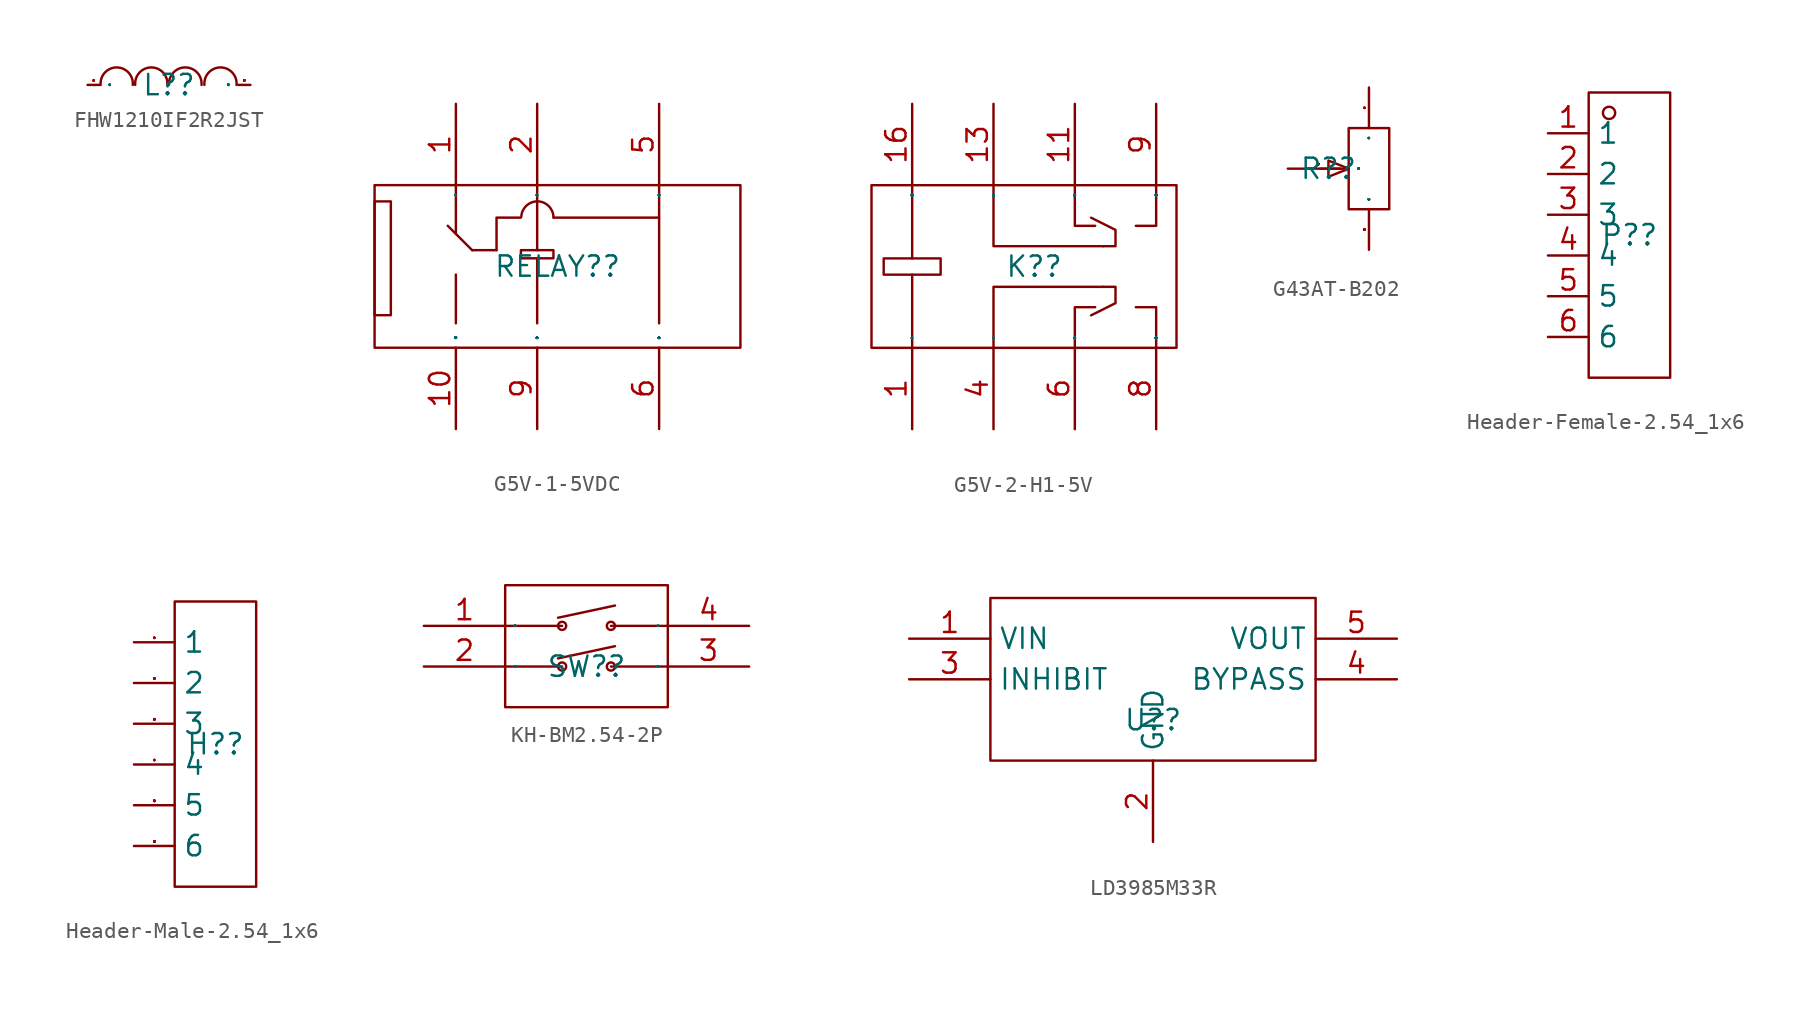
<source format=kicad_sym>
(kicad_symbol_lib
  (version 20231120)
  (generator "kicad_symbol_editor")
  (generator_version "8.0")
  (symbol "FHW1210IF2R2JST"
    (property "Reference" "L?"
      (at 0 0 0)
      (effects (font (size 1.27 1.27))))
    (property "Value" ""
      (at 0 0 0)
      (effects (font (size 1.27 1.27))))
    (symbol "FHW1210IF2R2JST_1_0"
      (arc (start -2.2606 0) (mid -3.2639 1.0922) (end -4.2672 0) (stroke (width 0) (type default)) (fill (type none)))
      (arc (start -0.1016 0) (mid -1.1049 1.0922) (end -2.1082 0) (stroke (width 0) (type default)) (fill (type none)))
      (arc (start 2.032 0) (mid 1.016 1.0922) (end 0 0) (stroke (width 0) (type default)) (fill (type none)))
      (arc (start 4.2164 0) (mid 3.213 1.0923) (end 2.2098 0) (stroke (width 0) (type default)) (fill (type none)))
      (pin input line (at -5.08 0 0) (length 0.762) (name "1" (effects (font (size 0.025 0.025)))) (number "1" (effects (font (size 0.025 0.025)))))
      (pin input line (at 5.08 0 180) (length 0.762) (name "2" (effects (font (size 0.025 0.025)))) (number "2" (effects (font (size 0.025 0.025)))))))
  (symbol "G5V-1-5VDC"
    (property "Reference" "RELAY?"
      (at 0 0 0)
      (effects (font (size 1.27 1.27))))
    (property "Value" ""
      (at 0 0 0)
      (effects (font (size 1.27 1.27))))
    (symbol "G5V-1-5VDC_1_0"
      (rectangle (start -11.43 -5.08) (end 11.43 5.08) (stroke (width 0) (type default)) (fill (type none)))
      (rectangle (start -11.43 -3.048) (end -10.414 4.064) (stroke (width 0) (type default)) (fill (type none)))
      (arc (start -0.254 3.0734) (mid -1.2328 4.0644) (end -2.2606 3.1242) (stroke (width 0) (type default)) (fill (type none)))
      (polyline (pts (xy -6.858 2.54) (xy -5.334 1.016)) (stroke (width 0) (type default)) (fill (type none)))
      (polyline (pts (xy -6.35 -3.556) (xy -6.35 -0.508)) (stroke (width 0) (type default)) (fill (type none)))
      (polyline (pts (xy -6.35 5.08) (xy -6.35 2.032)) (stroke (width 0) (type default)) (fill (type none)))
      (polyline (pts (xy -3.81 1.016) (xy -5.334 1.016)) (stroke (width 0) (type default)) (fill (type none)))
      (polyline (pts (xy -0.254 3.048) (xy 6.35 3.048)) (stroke (width 0) (type default)) (fill (type none)))
      (polyline (pts (xy 6.35 5.08) (xy 6.35 -3.556)) (stroke (width 0) (type default)) (fill (type none)))
      (polyline (pts (xy -2.286 3.048) (xy -3.81 3.048) (xy -3.81 3.048) (xy -3.81 1.016)) (stroke (width 0) (type default)) (fill (type none)))
      (polyline (pts (xy -1.27 1.016) (xy -0.254 1.016) (xy -0.254 1.016) (xy -0.254 0.508) (xy -0.254 0.508) (xy -1.27 0.508) (xy -1.27 0.508) (xy -1.27 -3.556)) (stroke (width 0) (type default)) (fill (type none)))
      (polyline (pts (xy -1.27 5.08) (xy -1.27 1.016) (xy -1.27 1.016) (xy -2.286 1.016) (xy -2.286 1.016) (xy -2.286 0.508) (xy -2.286 0.508) (xy -1.27 0.508)) (stroke (width 0) (type default)) (fill (type none)))
      (pin input line (at -6.35 10.16 270) (length 5.08) (name "1" (effects (font (size 0.025 0.025)))) (number "1" (effects (font (size 1.27 1.27)))))
      (pin input line (at -6.35 -10.16 90) (length 5.08) (name "10" (effects (font (size 0.025 0.025)))) (number "10" (effects (font (size 1.27 1.27)))))
      (pin input line (at -1.27 10.16 270) (length 5.08) (name "2" (effects (font (size 0.025 0.025)))) (number "2" (effects (font (size 1.27 1.27)))))
      (pin input line (at 6.35 10.16 270) (length 5.08) (name "5" (effects (font (size 0.025 0.025)))) (number "5" (effects (font (size 1.27 1.27)))))
      (pin input line (at 6.35 -10.16 90) (length 5.08) (name "6" (effects (font (size 0.025 0.025)))) (number "6" (effects (font (size 1.27 1.27)))))
      (pin input line (at -1.27 -10.16 90) (length 5.08) (name "9" (effects (font (size 0.025 0.025)))) (number "9" (effects (font (size 1.27 1.27)))))))
  (symbol "G5V-2-H1-5V"
    (property "Reference" "K?"
      (at 0 0 0)
      (effects (font (size 1.27 1.27))))
    (property "Value" ""
      (at 0 0 0)
      (effects (font (size 1.27 1.27))))
    (symbol "G5V-2-H1-5V_1_0"
      (rectangle (start -10.16 -5.08) (end 8.89 5.08) (stroke (width 0) (type default)) (fill (type none)))
      (polyline (pts (xy -7.62 -5.08) (xy -7.62 -0.508)) (stroke (width 0) (type default)) (fill (type none)))
      (polyline (pts (xy -7.62 0.508) (xy -7.62 5.08)) (stroke (width 0) (type default)) (fill (type none)))
      (polyline (pts (xy 2.54 -5.08) (xy 2.54 -2.54) (xy 2.54 -2.54) (xy 3.81 -2.54)) (stroke (width 0) (type default)) (fill (type none)))
      (polyline (pts (xy 2.54 5.08) (xy 2.54 2.54) (xy 2.54 2.54) (xy 3.81 2.54)) (stroke (width 0) (type default)) (fill (type none)))
      (polyline (pts (xy 4.318 -1.27) (xy -2.54 -1.27) (xy -2.54 -1.27) (xy -2.54 -5.08)) (stroke (width 0) (type default)) (fill (type none)))
      (polyline (pts (xy 4.318 1.27) (xy -2.54 1.27) (xy -2.54 1.27) (xy -2.54 5.08)) (stroke (width 0) (type default)) (fill (type none)))
      (polyline (pts (xy 7.62 -5.08) (xy 7.62 -2.54) (xy 7.62 -2.54) (xy 6.35 -2.54)) (stroke (width 0) (type default)) (fill (type none)))
      (polyline (pts (xy 7.62 5.08) (xy 7.62 2.54) (xy 7.62 2.54) (xy 6.35 2.54)) (stroke (width 0) (type default)) (fill (type none)))
      (polyline (pts (xy 4.318 -1.27) (xy 5.08 -1.27) (xy 5.08 -1.27) (xy 5.08 -2.286) (xy 5.08 -2.286) (xy 3.556 -3.048)) (stroke (width 0) (type default)) (fill (type none)))
      (polyline (pts (xy 4.318 1.27) (xy 5.08 1.27) (xy 5.08 1.27) (xy 5.08 2.286) (xy 5.08 2.286) (xy 3.556 3.048)) (stroke (width 0) (type default)) (fill (type none)))
      (polyline (pts (xy -9.398 -0.508) (xy -5.842 -0.508) (xy -5.842 -0.508) (xy -5.842 0.508) (xy -5.842 0.508) (xy -9.398 0.508) (xy -9.398 0.508) (xy -9.398 -0.508)) (stroke (width 0) (type default)) (fill (type none)))
      (pin input line (at -7.62 -10.16 90) (length 5.08) (name "1" (effects (font (size 0.025 0.025)))) (number "1" (effects (font (size 1.27 1.27)))))
      (pin input line (at 2.54 10.16 270) (length 5.08) (name "11" (effects (font (size 0.025 0.025)))) (number "11" (effects (font (size 1.27 1.27)))))
      (pin input line (at -2.54 10.16 270) (length 5.08) (name "13" (effects (font (size 0.025 0.025)))) (number "13" (effects (font (size 1.27 1.27)))))
      (pin input line (at -7.62 10.16 270) (length 5.08) (name "16" (effects (font (size 0.025 0.025)))) (number "16" (effects (font (size 1.27 1.27)))))
      (pin input line (at -2.54 -10.16 90) (length 5.08) (name "4" (effects (font (size 0.025 0.025)))) (number "4" (effects (font (size 1.27 1.27)))))
      (pin input line (at 2.54 -10.16 90) (length 5.08) (name "6" (effects (font (size 0.025 0.025)))) (number "6" (effects (font (size 1.27 1.27)))))
      (pin input line (at 7.62 -10.16 90) (length 5.08) (name "8" (effects (font (size 0.025 0.025)))) (number "8" (effects (font (size 1.27 1.27)))))
      (pin input line (at 7.62 10.16 270) (length 5.08) (name "9" (effects (font (size 0.025 0.025)))) (number "9" (effects (font (size 1.27 1.27)))))))
  (symbol "G43AT-B202"
    (property "Reference" "R?"
      (at 0 0 0)
      (effects (font (size 1.27 1.27))))
    (property "Value" ""
      (at 0 0 0)
      (effects (font (size 1.27 1.27))))
    (symbol "G43AT-B202_1_0"
      (polyline (pts (xy 0.762 0) (xy -0.508 0)) (stroke (width 0) (type default)) (fill (type none)))
      (polyline (pts (xy 1.27 0) (xy 0 -0.508) (xy 0 -0.508) (xy 0 0.508) (xy 0 0.508) (xy 1.27 0)) (stroke (width 0) (type default)) (fill (type none)))
      (polyline (pts (xy 1.27 -2.54) (xy 1.27 2.54) (xy 1.27 2.54) (xy 3.81 2.54) (xy 3.81 2.54) (xy 3.81 -2.54) (xy 3.81 -2.54) (xy 1.27 -2.54)) (stroke (width 0) (type default)) (fill (type none)))
      (pin input line (at 2.54 5.08 270) (length 2.54) (name "1" (effects (font (size 0.025 0.025)))) (number "1" (effects (font (size 0.025 0.025)))))
      (pin input line (at -2.54 0 0) (length 3.81) (name "2" (effects (font (size 0.025 0.025)))) (number "2" (effects (font (size 0.025 0.025)))))
      (pin input line (at 2.54 -5.08 90) (length 2.54) (name "3" (effects (font (size 0.025 0.025)))) (number "3" (effects (font (size 0.025 0.025)))))))
  (symbol "Header-Female-2.54_1x6"
    (property "Reference" "P?"
      (at 0 0 0)
      (effects (font (size 1.27 1.27))))
    (property "Value" ""
      (at 0 0 0)
      (effects (font (size 1.27 1.27))))
    (symbol "Header-Female-2.54_1x6_1_0"
      (rectangle (start -2.54 -8.89) (end 2.54 8.89) (stroke (width 0) (type default)) (fill (type none)))
      (circle (center -1.27 7.62) (radius 0.381) (stroke (width 0) (type default)) (fill (type none)))
      (pin input line (at -5.08 6.35 0) (length 2.54) (name "1" (effects (font (size 1.27 1.27)))) (number "1" (effects (font (size 1.27 1.27)))))
      (pin input line (at -5.08 3.81 0) (length 2.54) (name "2" (effects (font (size 1.27 1.27)))) (number "2" (effects (font (size 1.27 1.27)))))
      (pin input line (at -5.08 1.27 0) (length 2.54) (name "3" (effects (font (size 1.27 1.27)))) (number "3" (effects (font (size 1.27 1.27)))))
      (pin input line (at -5.08 -1.27 0) (length 2.54) (name "4" (effects (font (size 1.27 1.27)))) (number "4" (effects (font (size 1.27 1.27)))))
      (pin input line (at -5.08 -3.81 0) (length 2.54) (name "5" (effects (font (size 1.27 1.27)))) (number "5" (effects (font (size 1.27 1.27)))))
      (pin input line (at -5.08 -6.35 0) (length 2.54) (name "6" (effects (font (size 1.27 1.27)))) (number "6" (effects (font (size 1.27 1.27)))))))
  (symbol "Header-Male-2.54_1x6"
    (property "Reference" "H?"
      (at 0 0 0)
      (effects (font (size 1.27 1.27))))
    (property "Value" ""
      (at 0 0 0)
      (effects (font (size 1.27 1.27))))
    (symbol "Header-Male-2.54_1x6_1_0"
      (rectangle (start -2.54 -8.89) (end 2.54 8.89) (stroke (width 0) (type default)) (fill (type none)))
      (pin input line (at -5.08 6.35 0) (length 2.54) (name "1" (effects (font (size 1.27 1.27)))) (number "1" (effects (font (size 0.025 0.025)))))
      (pin input line (at -5.08 3.81 0) (length 2.54) (name "2" (effects (font (size 1.27 1.27)))) (number "2" (effects (font (size 0.025 0.025)))))
      (pin input line (at -5.08 1.27 0) (length 2.54) (name "3" (effects (font (size 1.27 1.27)))) (number "3" (effects (font (size 0.025 0.025)))))
      (pin input line (at -5.08 -1.27 0) (length 2.54) (name "4" (effects (font (size 1.27 1.27)))) (number "4" (effects (font (size 0.025 0.025)))))
      (pin input line (at -5.08 -3.81 0) (length 2.54) (name "5" (effects (font (size 1.27 1.27)))) (number "5" (effects (font (size 0.025 0.025)))))
      (pin input line (at -5.08 -6.35 0) (length 2.54) (name "6" (effects (font (size 1.27 1.27)))) (number "6" (effects (font (size 0.025 0.025)))))))
  (symbol "KH-BM2.54-2P"
    (property "Reference" "SW?"
      (at 0 0 0)
      (effects (font (size 1.27 1.27))))
    (property "Value" ""
      (at 0 0 0)
      (effects (font (size 1.27 1.27))))
    (symbol "KH-BM2.54-2P_1_0"
      (rectangle (start -5.08 -2.54) (end 5.08 5.08) (stroke (width 0) (type default)) (fill (type none)))
      (circle (center -1.524 0) (radius 0.254) (stroke (width 0) (type default)) (fill (type none)))
      (circle (center -1.524 2.54) (radius 0.254) (stroke (width 0) (type default)) (fill (type none)))
      (polyline (pts (xy -5.08 0) (xy -1.524 0)) (stroke (width 0) (type default)) (fill (type none)))
      (polyline (pts (xy -5.08 2.54) (xy -1.524 2.54)) (stroke (width 0) (type default)) (fill (type none)))
      (polyline (pts (xy -1.778 0.508) (xy 1.778 1.27)) (stroke (width 0) (type default)) (fill (type none)))
      (polyline (pts (xy -1.778 3.048) (xy 1.778 3.81)) (stroke (width 0) (type default)) (fill (type none)))
      (polyline (pts (xy 1.524 0) (xy 5.08 0)) (stroke (width 0) (type default)) (fill (type none)))
      (polyline (pts (xy 1.524 2.54) (xy 5.08 2.54)) (stroke (width 0) (type default)) (fill (type none)))
      (circle (center 1.524 0) (radius 0.254) (stroke (width 0) (type default)) (fill (type none)))
      (circle (center 1.524 2.54) (radius 0.254) (stroke (width 0) (type default)) (fill (type none)))
      (pin input line (at -10.16 2.54 0) (length 5.08) (name "1" (effects (font (size 0.025 0.025)))) (number "1" (effects (font (size 1.27 1.27)))))
      (pin input line (at -10.16 0 0) (length 5.08) (name "2" (effects (font (size 0.025 0.025)))) (number "2" (effects (font (size 1.27 1.27)))))
      (pin input line (at 10.16 0 180) (length 5.08) (name "3" (effects (font (size 0.025 0.025)))) (number "3" (effects (font (size 1.27 1.27)))))
      (pin input line (at 10.16 2.54 180) (length 5.08) (name "4" (effects (font (size 0.025 0.025)))) (number "4" (effects (font (size 1.27 1.27)))))))
  (symbol "LD3985M33R"
    (property "Reference" "U?"
      (at 0 0 0)
      (effects (font (size 1.27 1.27))))
    (property "Value" ""
      (at 0 0 0)
      (effects (font (size 1.27 1.27))))
    (symbol "LD3985M33R_1_0"
      (rectangle (start -10.16 -2.54) (end 10.16 7.62) (stroke (width 0) (type default)) (fill (type none)))
      (pin input line (at -15.24 5.08 0) (length 5.08) (name "VIN" (effects (font (size 1.27 1.27)))) (number "1" (effects (font (size 1.27 1.27)))))
      (pin input line (at 0 -7.62 90) (length 5.08) (name "GND" (effects (font (size 1.27 1.27)))) (number "2" (effects (font (size 1.27 1.27)))))
      (pin input line (at -15.24 2.54 0) (length 5.08) (name "INHIBIT" (effects (font (size 1.27 1.27)))) (number "3" (effects (font (size 1.27 1.27)))))
      (pin input line (at 15.24 2.54 180) (length 5.08) (name "BYPASS" (effects (font (size 1.27 1.27)))) (number "4" (effects (font (size 1.27 1.27)))))
      (pin input line (at 15.24 5.08 180) (length 5.08) (name "VOUT" (effects (font (size 1.27 1.27)))) (number "5" (effects (font (size 1.27 1.27))))))))
</source>
